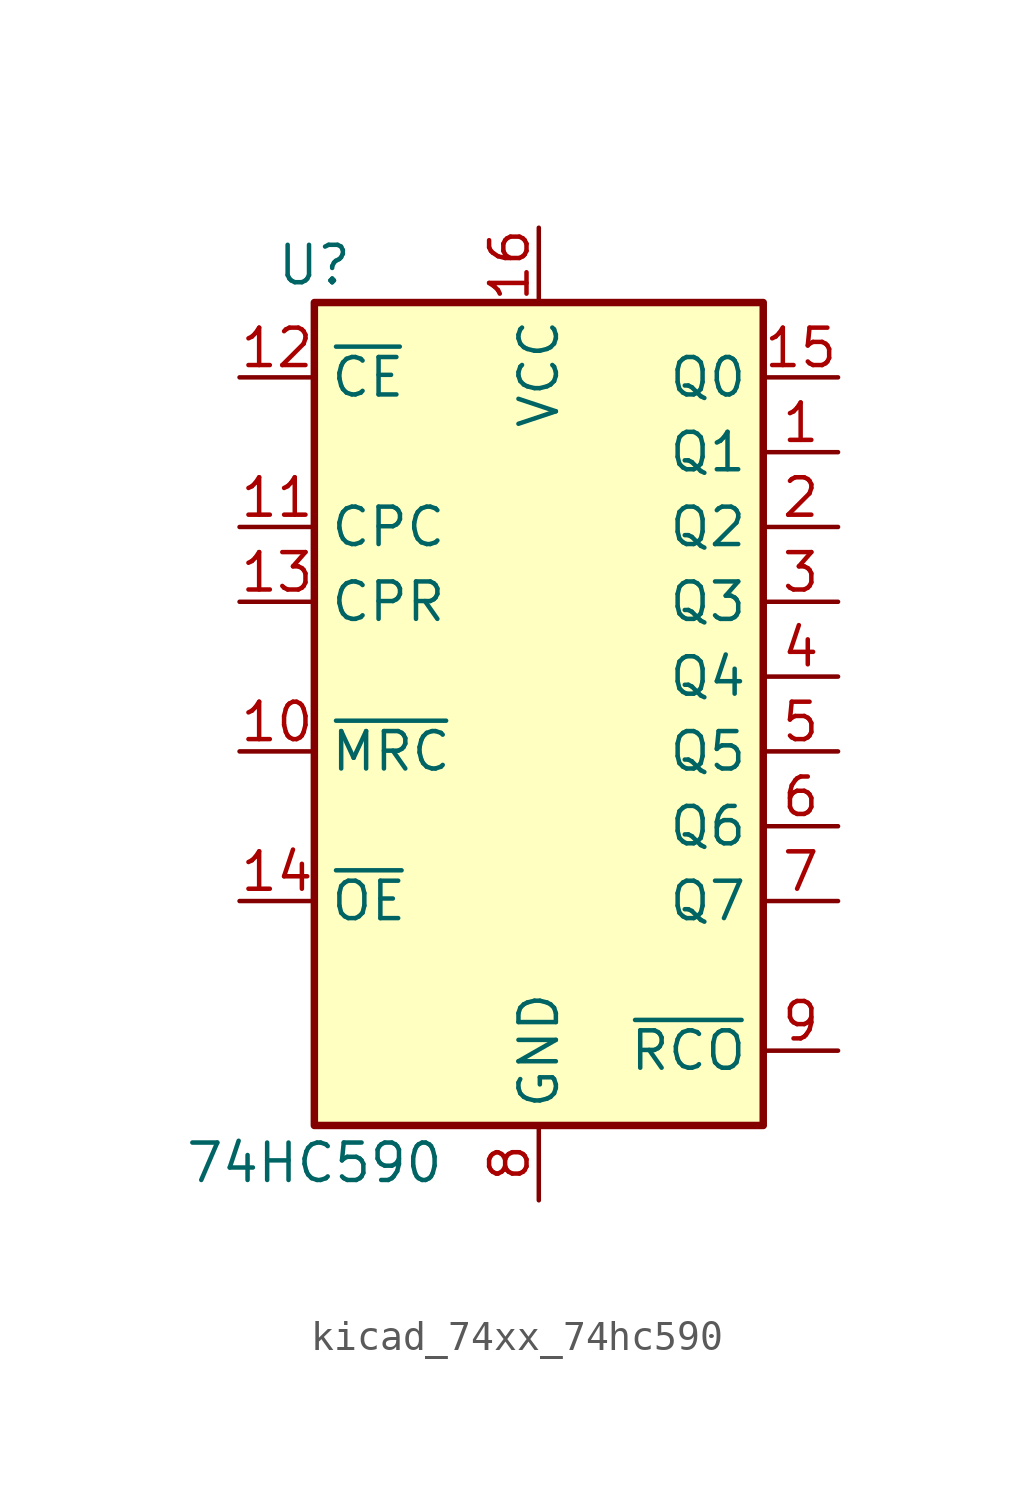
<source format=kicad_sym>
(kicad_symbol_lib
  (version 20220914)
  (generator kicad_symbol_editor)
  (symbol "kicad_74xx_74hc590"
    (property "Reference" "U"
      (at -7.62 16.51 0)
      (effects (font (size 1.27 1.27))))
    (property "Value" "74HC590"
      (at -7.62 -13.97 0)
      (effects (font (size 1.27 1.27))))
    (symbol "kicad_74xx_74hc590_1_0"
      (pin tri_state line (at 10.16 10.16 180) (length 2.54) (name "Q1" (effects (font (size 1.27 1.27)))) (number "1" (effects (font (size 1.27 1.27)))))
      (pin input line (at -10.16 0 0) (length 2.54) (name "~{MRC}" (effects (font (size 1.27 1.27)))) (number "10" (effects (font (size 1.27 1.27)))))
      (pin input line (at -10.16 7.62 0) (length 2.54) (name "CPC" (effects (font (size 1.27 1.27)))) (number "11" (effects (font (size 1.27 1.27)))))
      (pin input line (at -10.16 12.7 0) (length 2.54) (name "~{CE}" (effects (font (size 1.27 1.27)))) (number "12" (effects (font (size 1.27 1.27)))))
      (pin input line (at -10.16 5.08 0) (length 2.54) (name "CPR" (effects (font (size 1.27 1.27)))) (number "13" (effects (font (size 1.27 1.27)))))
      (pin input line (at -10.16 -5.08 0) (length 2.54) (name "~{OE}" (effects (font (size 1.27 1.27)))) (number "14" (effects (font (size 1.27 1.27)))))
      (pin tri_state line (at 10.16 12.7 180) (length 2.54) (name "Q0" (effects (font (size 1.27 1.27)))) (number "15" (effects (font (size 1.27 1.27)))))
      (pin power_in line (at 0 17.78 270) (length 2.54) (name "VCC" (effects (font (size 1.27 1.27)))) (number "16" (effects (font (size 1.27 1.27)))))
      (pin tri_state line (at 10.16 7.62 180) (length 2.54) (name "Q2" (effects (font (size 1.27 1.27)))) (number "2" (effects (font (size 1.27 1.27)))))
      (pin tri_state line (at 10.16 5.08 180) (length 2.54) (name "Q3" (effects (font (size 1.27 1.27)))) (number "3" (effects (font (size 1.27 1.27)))))
      (pin tri_state line (at 10.16 2.54 180) (length 2.54) (name "Q4" (effects (font (size 1.27 1.27)))) (number "4" (effects (font (size 1.27 1.27)))))
      (pin tri_state line (at 10.16 0 180) (length 2.54) (name "Q5" (effects (font (size 1.27 1.27)))) (number "5" (effects (font (size 1.27 1.27)))))
      (pin tri_state line (at 10.16 -2.54 180) (length 2.54) (name "Q6" (effects (font (size 1.27 1.27)))) (number "6" (effects (font (size 1.27 1.27)))))
      (pin tri_state line (at 10.16 -5.08 180) (length 2.54) (name "Q7" (effects (font (size 1.27 1.27)))) (number "7" (effects (font (size 1.27 1.27)))))
      (pin power_in line (at 0 -15.24 90) (length 2.54) (name "GND" (effects (font (size 1.27 1.27)))) (number "8" (effects (font (size 1.27 1.27)))))
      (pin output line (at 10.16 -10.16 180) (length 2.54) (name "~{RCO}" (effects (font (size 1.27 1.27)))) (number "9" (effects (font (size 1.27 1.27))))))
    (symbol "kicad_74xx_74hc590_1_1"
      (rectangle (start -7.62 15.24) (end 7.62 -12.7) (stroke (width 0.254) (type default)) (fill (type background))))))
</source>
